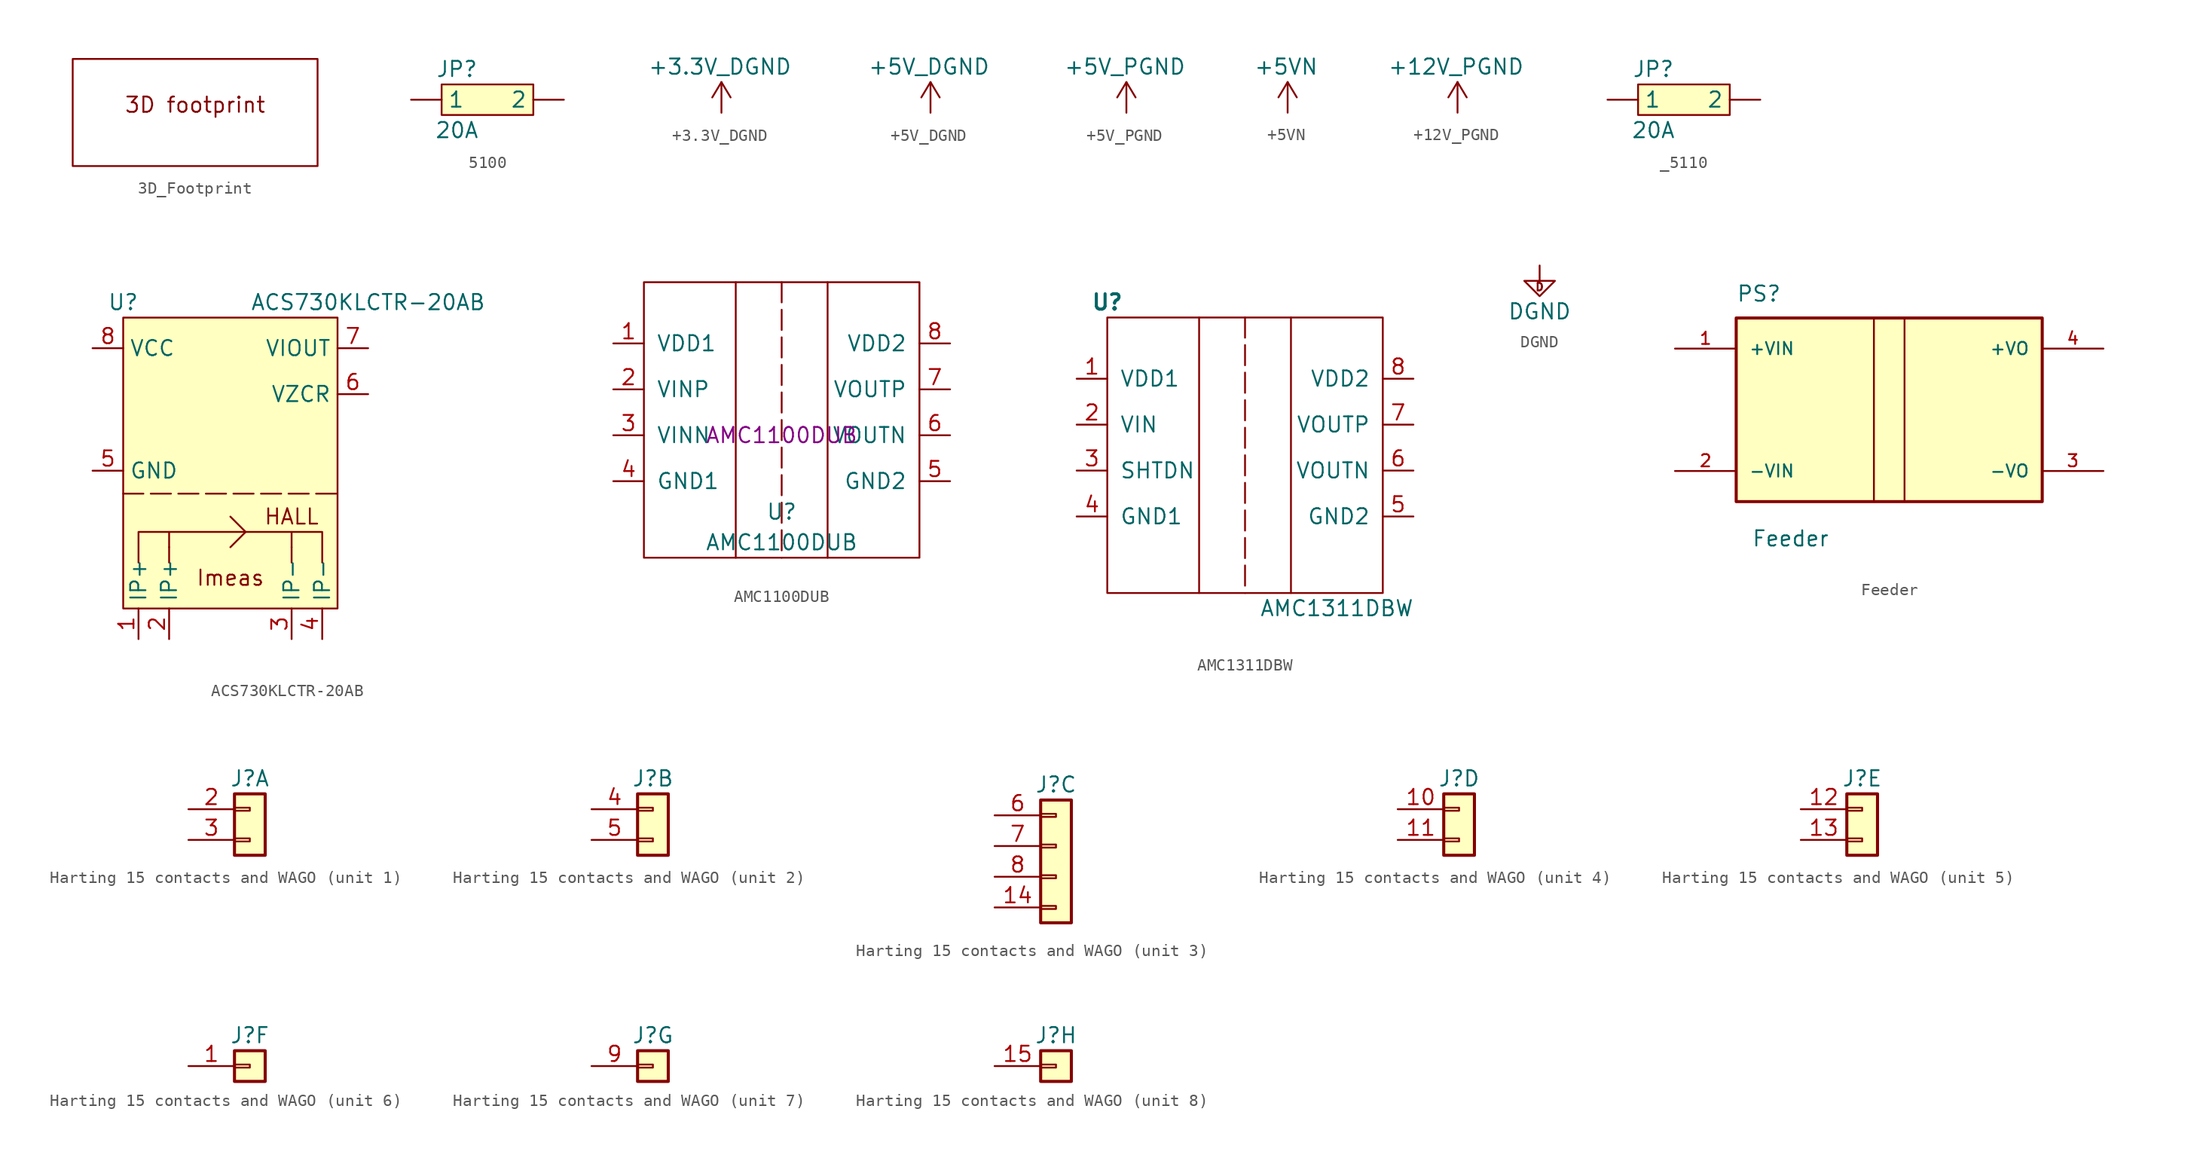
<source format=kicad_sym>
(kicad_symbol_lib
  (version 20220914)
  (generator kicad_symbol_editor)
  (symbol "3D_Footprint"
    (pin_names
      (offset 1.016))
    (property "Reference" "3D"
      (at 0 0 0)
      (effects (font (size 1.27 1.27)) hide))
    (symbol "3D_Footprint_0_0"
      (text "3D footprint" (at 0 0 0) (effects (font (size 1.27 1.27)))))
    (symbol "3D_Footprint_0_1"
      (rectangle (start -10.16 3.81) (end 10.16 -5.08) (stroke (width 0) (type default)) (fill (type none)))))
  (symbol "5100"
    (property "Reference" "JP"
      (at 1.27 1.27 0)
      (effects (font (size 1.27 1.27))))
    (property "Value" "20A"
      (at 1.27 -3.81 0)
      (effects (font (size 1.27 1.27))))
    (symbol "5100_1_1"
      (rectangle (start 0 0) (end 7.62 -2.54) (stroke (width 0) (type default)) (fill (type background)))
      (pin passive line (at -2.54 -1.27 0) (length 2.54) (name "1" (effects (font (size 1.27 1.27)))) (number "" (effects (font (size 1.27 1.27)))))
      (pin passive line (at 10.16 -1.27 180) (length 2.54) (name "2" (effects (font (size 1.27 1.27)))) (number "" (effects (font (size 1.27 1.27)))))))
  (symbol "+3.3V_DGND"
    (power)
    (property "Reference" "#PWR"
      (at 1.778 0 90)
      (effects (font (size 1.27 1.27)) hide))
    (property "Value" "+3.3V_DGND"
      (at -0.127 3.81 0)
      (effects (font (size 1.27 1.27))))
    (symbol "+3.3V_DGND_0_1"
      (polyline (pts (xy -0.762 1.27) (xy 0 2.54)) (stroke (width 0) (type default)) (fill (type none)))
      (polyline (pts (xy 0 0) (xy 0 2.54)) (stroke (width 0) (type default)) (fill (type none)))
      (polyline (pts (xy 0 2.54) (xy 0.762 1.27)) (stroke (width 0) (type default)) (fill (type none))))
    (symbol "+3.3V_DGND_1_1"
      (pin power_in line (at 0 0 90) (length 0) hide (name "+3.3V_DGND" (effects (font (size 1.27 1.27)))) (number "1" (effects (font (size 1.27 1.27)))))))
  (symbol "+5V_DGND"
    (power)
    (property "Reference" "#PWR"
      (at 1.778 0 90)
      (effects (font (size 1.27 1.27)) hide))
    (property "Value" "+5V_DGND"
      (at -0.127 3.81 0)
      (effects (font (size 1.27 1.27))))
    (symbol "+5V_DGND_0_1"
      (polyline (pts (xy -0.762 1.27) (xy 0 2.54)) (stroke (width 0) (type default)) (fill (type none)))
      (polyline (pts (xy 0 0) (xy 0 2.54)) (stroke (width 0) (type default)) (fill (type none)))
      (polyline (pts (xy 0 2.54) (xy 0.762 1.27)) (stroke (width 0) (type default)) (fill (type none))))
    (symbol "+5V_DGND_1_1"
      (pin power_in line (at 0 0 90) (length 0) hide (name "+5V_DGND" (effects (font (size 1.27 1.27)))) (number "1" (effects (font (size 1.27 1.27)))))))
  (symbol "+5V_PGND"
    (power)
    (property "Reference" "#PWR"
      (at 1.778 0 90)
      (effects (font (size 1.27 1.27)) hide))
    (property "Value" "+5V_PGND"
      (at -0.127 3.81 0)
      (effects (font (size 1.27 1.27))))
    (symbol "+5V_PGND_0_1"
      (polyline (pts (xy -0.762 1.27) (xy 0 2.54)) (stroke (width 0) (type default)) (fill (type none)))
      (polyline (pts (xy 0 0) (xy 0 2.54)) (stroke (width 0) (type default)) (fill (type none)))
      (polyline (pts (xy 0 2.54) (xy 0.762 1.27)) (stroke (width 0) (type default)) (fill (type none))))
    (symbol "+5V_PGND_1_1"
      (pin power_in line (at 0 0 90) (length 0) hide (name "+5V_PGND" (effects (font (size 1.27 1.27)))) (number "1" (effects (font (size 1.27 1.27)))))))
  (symbol "+5VN"
    (power)
    (property "Reference" "#PWR"
      (at 1.778 0 90)
      (effects (font (size 1.27 1.27)) hide))
    (property "Value" "+5VN"
      (at -0.127 3.81 0)
      (effects (font (size 1.27 1.27))))
    (symbol "+5VN_0_1"
      (polyline (pts (xy -0.762 1.27) (xy 0 2.54)) (stroke (width 0) (type default)) (fill (type none)))
      (polyline (pts (xy 0 0) (xy 0 2.54)) (stroke (width 0) (type default)) (fill (type none)))
      (polyline (pts (xy 0 2.54) (xy 0.762 1.27)) (stroke (width 0) (type default)) (fill (type none))))
    (symbol "+5VN_1_1"
      (pin power_in line (at 0 0 90) (length 0) hide (name "+5VN" (effects (font (size 1.27 1.27)))) (number "1" (effects (font (size 1.27 1.27)))))))
  (symbol "+12V_PGND"
    (power)
    (property "Reference" "#PWR"
      (at 1.778 0 90)
      (effects (font (size 1.27 1.27)) hide))
    (property "Value" "+12V_PGND"
      (at -0.127 3.81 0)
      (effects (font (size 1.27 1.27))))
    (symbol "+12V_PGND_0_1"
      (polyline (pts (xy -0.762 1.27) (xy 0 2.54)) (stroke (width 0) (type default)) (fill (type none)))
      (polyline (pts (xy 0 0) (xy 0 2.54)) (stroke (width 0) (type default)) (fill (type none)))
      (polyline (pts (xy 0 2.54) (xy 0.762 1.27)) (stroke (width 0) (type default)) (fill (type none))))
    (symbol "+12V_PGND_1_1"
      (pin power_in line (at 0 0 90) (length 0) hide (name "+12V_PGND" (effects (font (size 1.27 1.27)))) (number "1" (effects (font (size 1.27 1.27)))))))
  (symbol "_5110"
    (property "Reference" "JP"
      (at -1.27 2.54 0)
      (effects (font (size 1.27 1.27))))
    (property "Value" "20A"
      (at -1.27 -2.54 0)
      (effects (font (size 1.27 1.27))))
    (symbol "_5110_1_1"
      (rectangle (start -2.54 1.27) (end 5.08 -1.27) (stroke (width 0) (type default)) (fill (type background)))
      (pin passive line (at -5.08 0 0) (length 2.54) (name "1" (effects (font (size 1.27 1.27)))) (number "" (effects (font (size 1.27 1.27)))))
      (pin passive line (at 7.62 0 180) (length 2.54) (name "2" (effects (font (size 1.27 1.27)))) (number "" (effects (font (size 1.27 1.27)))))))
  (symbol "ACS730KLCTR-20AB"
    (property "Reference" "U"
      (at -8.89 16.51 0)
      (effects (font (size 1.27 1.27))))
    (property "Value" "ACS730KLCTR-20AB"
      (at 11.43 16.51 0)
      (effects (font (size 1.27 1.27))))
    (symbol "ACS730KLCTR-20AB_0_0"
      (rectangle (start -8.89 15.24) (end 8.89 -8.89) (stroke (width 0) (type default)) (fill (type background)))
      (polyline (pts (xy -8.89 0.635) (xy 8.89 0.635)) (stroke (width 0) (type dash)) (fill (type none)))
      (polyline (pts (xy 0 -3.81) (xy 1.27 -2.54) (xy 0 -1.27)) (stroke (width 0) (type default)) (fill (type none)))
      (text "HALL" (at 5.08 -1.27 0) (effects (font (size 1.27 1.27))))
      (text "Imeas" (at 0 -6.35 0) (effects (font (size 1.27 1.27)))))
    (symbol "ACS730KLCTR-20AB_0_1"
      (polyline (pts (xy -5.08 -3.81) (xy -5.08 -5.08)) (stroke (width 0) (type default)) (fill (type none)))
      (polyline (pts (xy 5.08 -3.81) (xy 5.08 -5.08)) (stroke (width 0) (type default)) (fill (type none)))
      (polyline (pts (xy 5.08 -2.54) (xy 7.62 -2.54) (xy 7.62 -5.08)) (stroke (width 0) (type default)) (fill (type none)))
      (polyline (pts (xy -5.08 -3.81) (xy -5.08 -2.54) (xy 5.08 -2.54) (xy 5.08 -3.81)) (stroke (width 0) (type default)) (fill (type none)))
      (polyline (pts (xy -5.08 -2.54) (xy -7.62 -2.54) (xy -7.62 -3.81) (xy -7.62 -5.08)) (stroke (width 0) (type default)) (fill (type none))))
    (symbol "ACS730KLCTR-20AB_1_1"
      (pin passive line (at -7.62 -11.43 90) (length 2.54) (name "IP+" (effects (font (size 1.27 1.27)))) (number "1" (effects (font (size 1.27 1.27)))))
      (pin passive line (at -5.08 -11.43 90) (length 2.54) (name "IP+" (effects (font (size 1.27 1.27)))) (number "2" (effects (font (size 1.27 1.27)))))
      (pin passive line (at 5.08 -11.43 90) (length 2.54) (name "IP-" (effects (font (size 1.27 1.27)))) (number "3" (effects (font (size 1.27 1.27)))))
      (pin passive line (at 7.62 -11.43 90) (length 2.54) (name "IP-" (effects (font (size 1.27 1.27)))) (number "4" (effects (font (size 1.27 1.27)))))
      (pin power_in line (at -11.43 2.54 0) (length 2.54) (name "GND" (effects (font (size 1.27 1.27)))) (number "5" (effects (font (size 1.27 1.27)))))
      (pin passive line (at 11.43 8.89 180) (length 2.54) (name "VZCR" (effects (font (size 1.27 1.27)))) (number "6" (effects (font (size 1.27 1.27)))))
      (pin output line (at 11.43 12.7 180) (length 2.54) (name "VIOUT" (effects (font (size 1.27 1.27)))) (number "7" (effects (font (size 1.27 1.27)))))
      (pin power_in line (at -11.43 12.7 0) (length 2.54) (name "VCC" (effects (font (size 1.27 1.27)))) (number "8" (effects (font (size 1.27 1.27)))))))
  (symbol "AMC1100DUB"
    (pin_names
      (offset 1.016))
    (property "Reference" "U"
      (at 0 -6.35 0)
      (effects (font (size 1.27 1.27))))
    (property "Value" "AMC1100DUB"
      (at 0 -8.89 0)
      (effects (font (size 1.27 1.27))))
    (property "manf#" "AMC1100DUB"
      (at 0 0 0)
      (effects (font (size 1.27 1.27))))
    (symbol "AMC1100DUB_0_1"
      (rectangle (start -11.43 12.7) (end 11.43 -10.16) (stroke (width 0) (type default)) (fill (type none)))
      (polyline (pts (xy -3.81 12.7) (xy -3.81 -10.16)) (stroke (width 0) (type default)) (fill (type none)))
      (polyline (pts (xy 0 12.7) (xy 0 -10.16)) (stroke (width 0) (type dash)) (fill (type none)))
      (polyline (pts (xy 3.81 12.7) (xy 3.81 -10.16)) (stroke (width 0) (type default)) (fill (type none))))
    (symbol "AMC1100DUB_1_1"
      (pin power_in line (at -13.97 7.62 0) (length 2.54) (name "VDD1" (effects (font (size 1.27 1.27)))) (number "1" (effects (font (size 1.27 1.27)))))
      (pin input line (at -13.97 3.81 0) (length 2.54) (name "VINP" (effects (font (size 1.27 1.27)))) (number "2" (effects (font (size 1.27 1.27)))))
      (pin input line (at -13.97 0 0) (length 2.54) (name "VINN" (effects (font (size 1.27 1.27)))) (number "3" (effects (font (size 1.27 1.27)))))
      (pin power_in line (at -13.97 -3.81 0) (length 2.54) (name "GND1" (effects (font (size 1.27 1.27)))) (number "4" (effects (font (size 1.27 1.27)))))
      (pin power_in line (at 13.97 -3.81 180) (length 2.54) (name "GND2" (effects (font (size 1.27 1.27)))) (number "5" (effects (font (size 1.27 1.27)))))
      (pin output line (at 13.97 0 180) (length 2.54) (name "VOUTN" (effects (font (size 1.27 1.27)))) (number "6" (effects (font (size 1.27 1.27)))))
      (pin output line (at 13.97 3.81 180) (length 2.54) (name "VOUTP" (effects (font (size 1.27 1.27)))) (number "7" (effects (font (size 1.27 1.27)))))
      (pin power_in line (at 13.97 7.62 180) (length 2.54) (name "VDD2" (effects (font (size 1.27 1.27)))) (number "8" (effects (font (size 1.27 1.27)))))))
  (symbol "AMC1311DBW"
    (pin_names
      (offset 1.016))
    (property "Reference" "U"
      (at -11.43 13.97 0)
      (effects (font (size 1.27 1.27) bold)))
    (property "Value" "AMC1311DBW"
      (at 7.62 -11.43 0)
      (effects (font (size 1.27 1.27))))
    (symbol "AMC1311DBW_0_1"
      (rectangle (start -11.43 12.7) (end 11.43 -10.16) (stroke (width 0) (type default)) (fill (type none)))
      (polyline (pts (xy -3.81 12.7) (xy -3.81 -10.16)) (stroke (width 0) (type default)) (fill (type none)))
      (polyline (pts (xy 0 12.7) (xy 0 -10.16)) (stroke (width 0) (type dash)) (fill (type none)))
      (polyline (pts (xy 3.81 12.7) (xy 3.81 -10.16)) (stroke (width 0) (type default)) (fill (type none))))
    (symbol "AMC1311DBW_1_1"
      (pin power_in line (at -13.97 7.62 0) (length 2.54) (name "VDD1" (effects (font (size 1.27 1.27)))) (number "1" (effects (font (size 1.27 1.27)))))
      (pin input line (at -13.97 3.81 0) (length 2.54) (name "VIN" (effects (font (size 1.27 1.27)))) (number "2" (effects (font (size 1.27 1.27)))))
      (pin input line (at -13.97 0 0) (length 2.54) (name "SHTDN" (effects (font (size 1.27 1.27)))) (number "3" (effects (font (size 1.27 1.27)))))
      (pin power_in line (at -13.97 -3.81 0) (length 2.54) (name "GND1" (effects (font (size 1.27 1.27)))) (number "4" (effects (font (size 1.27 1.27)))))
      (pin power_in line (at 13.97 -3.81 180) (length 2.54) (name "GND2" (effects (font (size 1.27 1.27)))) (number "5" (effects (font (size 1.27 1.27)))))
      (pin output line (at 13.97 0 180) (length 2.54) (name "VOUTN" (effects (font (size 1.27 1.27)))) (number "6" (effects (font (size 1.27 1.27)))))
      (pin output line (at 13.97 3.81 180) (length 2.54) (name "VOUTP" (effects (font (size 1.27 1.27)))) (number "7" (effects (font (size 1.27 1.27)))))
      (pin power_in line (at 13.97 7.62 180) (length 2.54) (name "VDD2" (effects (font (size 1.27 1.27)))) (number "8" (effects (font (size 1.27 1.27)))))))
  (symbol "DGND"
    (power)
    (pin_names
      (offset 0))
    (property "Reference" "#PWR"
      (at 0 -6.35 0)
      (effects (font (size 1.27 1.27)) hide))
    (property "Value" "DGND"
      (at 0 -3.81 0)
      (effects (font (size 1.27 1.27))))
    (symbol "DGND_0_0"
      (text "D" (at 0 -1.778 0) (effects (font (size 0.63 0.63)))))
    (symbol "DGND_0_1"
      (polyline (pts (xy 0 0) (xy 0 -1.27) (xy 1.27 -1.27) (xy 0 -2.54) (xy -1.27 -1.27) (xy 0 -1.27)) (stroke (width 0) (type default)) (fill (type none))))
    (symbol "DGND_1_1"
      (pin power_in line (at 0 0 270) (length 0) hide (name "DGND" (effects (font (size 1.27 1.27)))) (number "1" (effects (font (size 1.27 1.27)))))))
  (symbol "Feeder"
    (pin_names
      (offset 1.016))
    (property "Reference" "PS"
      (at -12.7 8.89 0)
      (effects (font (size 1.27 1.27)) (justify left bottom)))
    (property "Value" "Feeder"
      (at -11.43 -11.43 0)
      (effects (font (size 1.27 1.27)) (justify left bottom)))
    (symbol "Feeder_0_0"
      (rectangle (start -12.7 -7.62) (end 12.7 7.62) (stroke (width 0.254) (type default)) (fill (type background)))
      (pin input line (at -17.78 5.08 0) (length 5.08) (name "+VIN" (effects (font (size 1.016 1.016)))) (number "1" (effects (font (size 1.016 1.016)))))
      (pin input line (at -17.78 -5.08 0) (length 5.08) (name "-VIN" (effects (font (size 1.016 1.016)))) (number "2" (effects (font (size 1.016 1.016)))))
      (pin output line (at 17.78 -5.08 180) (length 5.08) (name "-VO" (effects (font (size 1.016 1.016)))) (number "3" (effects (font (size 1.016 1.016)))))
      (pin output line (at 17.78 5.08 180) (length 5.08) (name "+VO" (effects (font (size 1.016 1.016)))) (number "4" (effects (font (size 1.016 1.016))))))
    (symbol "Feeder_0_1"
      (polyline (pts (xy -1.27 7.62) (xy -1.27 -7.62)) (stroke (width 0) (type default)) (fill (type none)))
      (polyline (pts (xy 1.27 7.62) (xy 1.27 -7.62)) (stroke (width 0) (type default)) (fill (type none)))))
  (symbol "Harting 15 contacts and WAGO"
    (pin_names
      (offset 1.016) hide)
    (property "Reference" "J"
      (at 0 2.54 0)
      (effects (font (size 1.27 1.27))))
    (property "ki_locked" ""
      (at 0 0 0)
      (effects (font (size 1.27 1.27))))
    (symbol "Harting 15 contacts and WAGO_1_1"
      (rectangle (start -1.27 -2.413) (end 0 -2.667) (stroke (width 0.152) (type default)) (fill (type none)))
      (rectangle (start -1.27 0.127) (end 0 -0.127) (stroke (width 0.152) (type default)) (fill (type none)))
      (rectangle (start -1.27 1.27) (end 1.27 -3.81) (stroke (width 0.254) (type default)) (fill (type background)))
      (pin passive line (at -5.08 0 0) (length 3.81) (name "Pin_1" (effects (font (size 1.27 1.27)))) (number "2" (effects (font (size 1.27 1.27)))))
      (pin passive line (at -5.08 -2.54 0) (length 3.81) (name "Pin_2" (effects (font (size 1.27 1.27)))) (number "3" (effects (font (size 1.27 1.27))))))
    (symbol "Harting 15 contacts and WAGO_2_1"
      (rectangle (start -1.27 -2.413) (end 0 -2.667) (stroke (width 0.152) (type default)) (fill (type none)))
      (rectangle (start -1.27 0.127) (end 0 -0.127) (stroke (width 0.152) (type default)) (fill (type none)))
      (rectangle (start -1.27 1.27) (end 1.27 -3.81) (stroke (width 0.254) (type default)) (fill (type background)))
      (pin passive line (at -5.08 0 0) (length 3.81) (name "Pin_1" (effects (font (size 1.27 1.27)))) (number "4" (effects (font (size 1.27 1.27)))))
      (pin passive line (at -5.08 -2.54 0) (length 3.81) (name "Pin_2" (effects (font (size 1.27 1.27)))) (number "5" (effects (font (size 1.27 1.27))))))
    (symbol "Harting 15 contacts and WAGO_3_1"
      (rectangle (start -1.27 -7.493) (end 0 -7.747) (stroke (width 0.152) (type default)) (fill (type none)))
      (rectangle (start -1.27 -4.953) (end 0 -5.207) (stroke (width 0.152) (type default)) (fill (type none)))
      (rectangle (start -1.27 -2.413) (end 0 -2.667) (stroke (width 0.152) (type default)) (fill (type none)))
      (rectangle (start -1.27 0.127) (end 0 -0.127) (stroke (width 0.152) (type default)) (fill (type none)))
      (rectangle (start -1.27 1.27) (end 1.27 -8.89) (stroke (width 0.254) (type default)) (fill (type background)))
      (pin passive line (at -5.08 -7.62 0) (length 3.81) (name "Pin_4" (effects (font (size 1.27 1.27)))) (number "14" (effects (font (size 1.27 1.27)))))
      (pin passive line (at -5.08 0 0) (length 3.81) (name "Pin_1" (effects (font (size 1.27 1.27)))) (number "6" (effects (font (size 1.27 1.27)))))
      (pin passive line (at -5.08 -2.54 0) (length 3.81) (name "Pin_2" (effects (font (size 1.27 1.27)))) (number "7" (effects (font (size 1.27 1.27)))))
      (pin passive line (at -5.08 -5.08 0) (length 3.81) (name "Pin_3" (effects (font (size 1.27 1.27)))) (number "8" (effects (font (size 1.27 1.27))))))
    (symbol "Harting 15 contacts and WAGO_4_1"
      (rectangle (start -1.27 -2.413) (end 0 -2.667) (stroke (width 0.152) (type default)) (fill (type none)))
      (rectangle (start -1.27 0.127) (end 0 -0.127) (stroke (width 0.152) (type default)) (fill (type none)))
      (rectangle (start -1.27 1.27) (end 1.27 -3.81) (stroke (width 0.254) (type default)) (fill (type background)))
      (pin passive line (at -5.08 0 0) (length 3.81) (name "Pin_1" (effects (font (size 1.27 1.27)))) (number "10" (effects (font (size 1.27 1.27)))))
      (pin passive line (at -5.08 -2.54 0) (length 3.81) (name "Pin_2" (effects (font (size 1.27 1.27)))) (number "11" (effects (font (size 1.27 1.27))))))
    (symbol "Harting 15 contacts and WAGO_5_1"
      (rectangle (start -1.27 -2.413) (end 0 -2.667) (stroke (width 0.152) (type default)) (fill (type none)))
      (rectangle (start -1.27 0.127) (end 0 -0.127) (stroke (width 0.152) (type default)) (fill (type none)))
      (rectangle (start -1.27 1.27) (end 1.27 -3.81) (stroke (width 0.254) (type default)) (fill (type background)))
      (pin passive line (at -5.08 0 0) (length 3.81) (name "Pin_1" (effects (font (size 1.27 1.27)))) (number "12" (effects (font (size 1.27 1.27)))))
      (pin passive line (at -5.08 -2.54 0) (length 3.81) (name "Pin_2" (effects (font (size 1.27 1.27)))) (number "13" (effects (font (size 1.27 1.27))))))
    (symbol "Harting 15 contacts and WAGO_6_1"
      (rectangle (start -1.27 0.127) (end 0 -0.127) (stroke (width 0.152) (type default)) (fill (type none)))
      (rectangle (start -1.27 1.27) (end 1.27 -1.27) (stroke (width 0.254) (type default)) (fill (type background)))
      (pin passive line (at -5.08 0 0) (length 3.81) (name "Pin_1" (effects (font (size 1.27 1.27)))) (number "1" (effects (font (size 1.27 1.27))))))
    (symbol "Harting 15 contacts and WAGO_7_1"
      (rectangle (start -1.27 0.127) (end 0 -0.127) (stroke (width 0.152) (type default)) (fill (type none)))
      (rectangle (start -1.27 1.27) (end 1.27 -1.27) (stroke (width 0.254) (type default)) (fill (type background)))
      (pin passive line (at -5.08 0 0) (length 3.81) (name "Pin_1" (effects (font (size 1.27 1.27)))) (number "9" (effects (font (size 1.27 1.27))))))
    (symbol "Harting 15 contacts and WAGO_8_1"
      (rectangle (start -1.27 0.127) (end 0 -0.127) (stroke (width 0.152) (type default)) (fill (type none)))
      (rectangle (start -1.27 1.27) (end 1.27 -1.27) (stroke (width 0.254) (type default)) (fill (type background)))
      (pin passive line (at -5.08 0 0) (length 3.81) (name "Pin_1" (effects (font (size 1.27 1.27)))) (number "15" (effects (font (size 1.27 1.27))))))))
</source>
